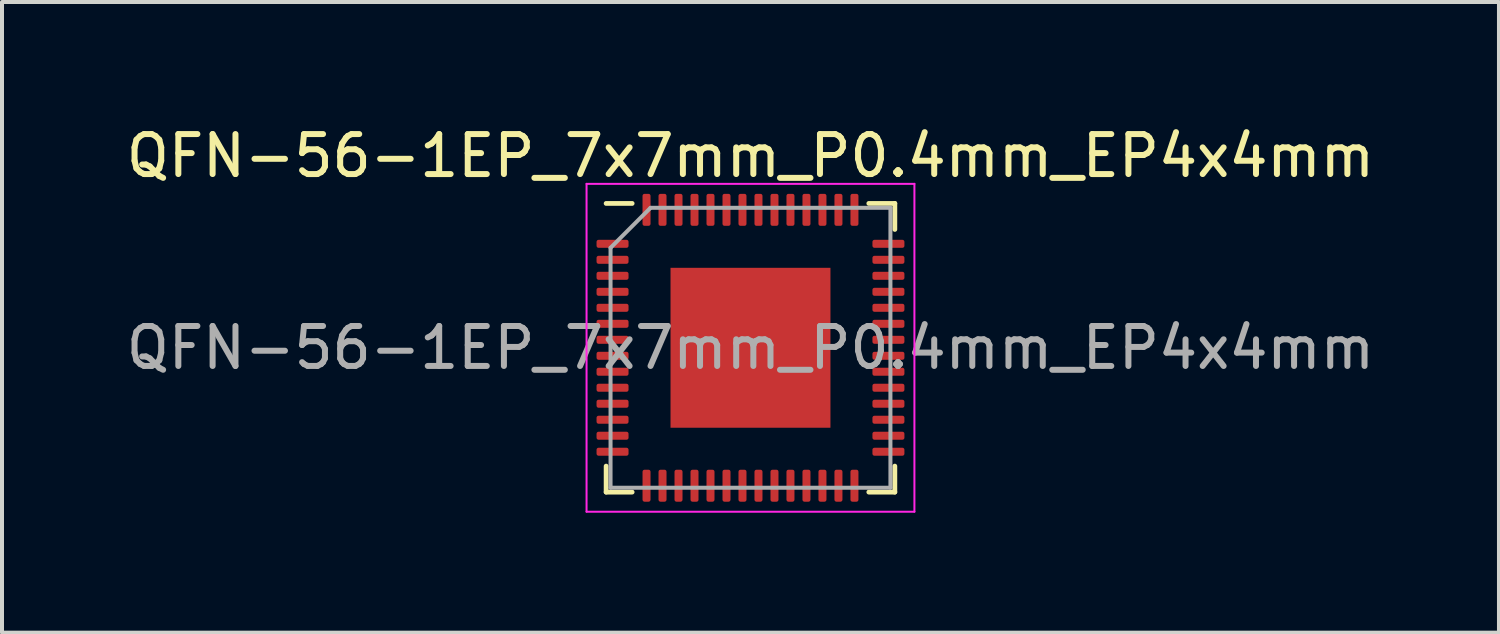
<source format=kicad_pcb>
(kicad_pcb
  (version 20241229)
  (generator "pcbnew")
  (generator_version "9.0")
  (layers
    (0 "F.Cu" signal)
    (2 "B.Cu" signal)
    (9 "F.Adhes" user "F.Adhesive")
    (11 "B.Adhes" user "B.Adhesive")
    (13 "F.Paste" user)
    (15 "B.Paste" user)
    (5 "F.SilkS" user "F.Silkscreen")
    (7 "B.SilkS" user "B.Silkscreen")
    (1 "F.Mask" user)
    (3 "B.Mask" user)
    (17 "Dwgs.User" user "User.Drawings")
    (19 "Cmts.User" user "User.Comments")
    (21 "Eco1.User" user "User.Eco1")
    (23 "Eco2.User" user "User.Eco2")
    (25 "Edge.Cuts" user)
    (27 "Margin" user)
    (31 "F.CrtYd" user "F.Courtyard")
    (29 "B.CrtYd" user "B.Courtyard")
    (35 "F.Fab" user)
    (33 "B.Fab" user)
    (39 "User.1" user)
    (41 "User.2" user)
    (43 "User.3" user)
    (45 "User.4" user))
  (footprint "QFN-56-1EP_7x7mm_P0.4mm_EP4x4mm"
    (layer "F.Cu")
    (at 15.72 5.648)
    (property "Reference" "QFN-56-1EP_7x7mm_P0.4mm_EP4x4mm" (at 0 -4.8 180) (layer "F.SilkS") (effects (font (size 1 1) (thickness 0.15))))
    (attr smd)
    (fp_line (start -3.61 3.61) (end -3.61 2.96) (stroke (width 0.12) (type solid)) (layer "F.SilkS"))
    (fp_line (start -2.96 -3.61) (end -3.61 -3.61) (stroke (width 0.12) (type solid)) (layer "F.SilkS"))
    (fp_line (start -2.96 3.61) (end -3.61 3.61) (stroke (width 0.12) (type solid)) (layer "F.SilkS"))
    (fp_line (start 2.96 -3.61) (end 3.61 -3.61) (stroke (width 0.12) (type solid)) (layer "F.SilkS"))
    (fp_line (start 2.96 3.61) (end 3.61 3.61) (stroke (width 0.12) (type solid)) (layer "F.SilkS"))
    (fp_line (start 3.61 -3.61) (end 3.61 -2.96) (stroke (width 0.12) (type solid)) (layer "F.SilkS"))
    (fp_line (start 3.61 3.61) (end 3.61 2.96) (stroke (width 0.12) (type solid)) (layer "F.SilkS"))
    (fp_line (start -4.1 -4.1) (end -4.1 4.1) (stroke (width 0.05) (type solid)) (layer "F.CrtYd"))
    (fp_line (start -4.1 4.1) (end 4.1 4.1) (stroke (width 0.05) (type solid)) (layer "F.CrtYd"))
    (fp_line (start 4.1 -4.1) (end -4.1 -4.1) (stroke (width 0.05) (type solid)) (layer "F.CrtYd"))
    (fp_line (start 4.1 4.1) (end 4.1 -4.1) (stroke (width 0.05) (type solid)) (layer "F.CrtYd"))
    (fp_line (start -3.5 -2.5) (end -2.5 -3.5) (stroke (width 0.1) (type solid)) (layer "F.Fab"))
    (fp_line (start -3.5 3.5) (end -3.5 -2.5) (stroke (width 0.1) (type solid)) (layer "F.Fab"))
    (fp_line (start -2.5 -3.5) (end 3.5 -3.5) (stroke (width 0.1) (type solid)) (layer "F.Fab"))
    (fp_line (start 3.5 -3.5) (end 3.5 3.5) (stroke (width 0.1) (type solid)) (layer "F.Fab"))
    (fp_line (start 3.5 3.5) (end -3.5 3.5) (stroke (width 0.1) (type solid)) (layer "F.Fab"))
    (fp_text user "${REFERENCE}" (at 0 0 180) (layer "F.Fab") (effects (font (size 1 1) (thickness 0.15))))
    (pad "" smd roundrect (at -1.33 -1.33) (size 1.07 1.07) (layers "F.Paste") (roundrect_rratio 0.234))
    (pad "" smd roundrect (at -1.33 0) (size 1.07 1.07) (layers "F.Paste") (roundrect_rratio 0.234))
    (pad "" smd roundrect (at -1.33 1.33) (size 1.07 1.07) (layers "F.Paste") (roundrect_rratio 0.234))
    (pad "" smd roundrect (at 0 -1.33) (size 1.07 1.07) (layers "F.Paste") (roundrect_rratio 0.234))
    (pad "" smd roundrect (at 0 0) (size 1.07 1.07) (layers "F.Paste") (roundrect_rratio 0.234))
    (pad "" smd roundrect (at 0 1.33) (size 1.07 1.07) (layers "F.Paste") (roundrect_rratio 0.234))
    (pad "" smd roundrect (at 1.33 -1.33) (size 1.07 1.07) (layers "F.Paste") (roundrect_rratio 0.234))
    (pad "" smd roundrect (at 1.33 0) (size 1.07 1.07) (layers "F.Paste") (roundrect_rratio 0.234))
    (pad "" smd roundrect (at 1.33 1.33) (size 1.07 1.07) (layers "F.Paste") (roundrect_rratio 0.234))
    (pad "1" smd roundrect (at -3.45 -2.6) (size 0.8 0.2) (layers "F.Cu" "F.Mask" "F.Paste") (roundrect_rratio 0.25))
    (pad "2" smd roundrect (at -3.45 -2.2) (size 0.8 0.2) (layers "F.Cu" "F.Mask" "F.Paste") (roundrect_rratio 0.25))
    (pad "3" smd roundrect (at -3.45 -1.8) (size 0.8 0.2) (layers "F.Cu" "F.Mask" "F.Paste") (roundrect_rratio 0.25))
    (pad "4" smd roundrect (at -3.45 -1.4) (size 0.8 0.2) (layers "F.Cu" "F.Mask" "F.Paste") (roundrect_rratio 0.25))
    (pad "5" smd roundrect (at -3.45 -1) (size 0.8 0.2) (layers "F.Cu" "F.Mask" "F.Paste") (roundrect_rratio 0.25))
    (pad "6" smd roundrect (at -3.45 -0.6) (size 0.8 0.2) (layers "F.Cu" "F.Mask" "F.Paste") (roundrect_rratio 0.25))
    (pad "7" smd roundrect (at -3.45 -0.2) (size 0.8 0.2) (layers "F.Cu" "F.Mask" "F.Paste") (roundrect_rratio 0.25))
    (pad "8" smd roundrect (at -3.45 0.2) (size 0.8 0.2) (layers "F.Cu" "F.Mask" "F.Paste") (roundrect_rratio 0.25))
    (pad "9" smd roundrect (at -3.45 0.6) (size 0.8 0.2) (layers "F.Cu" "F.Mask" "F.Paste") (roundrect_rratio 0.25))
    (pad "10" smd roundrect (at -3.45 1) (size 0.8 0.2) (layers "F.Cu" "F.Mask" "F.Paste") (roundrect_rratio 0.25))
    (pad "11" smd roundrect (at -3.45 1.4) (size 0.8 0.2) (layers "F.Cu" "F.Mask" "F.Paste") (roundrect_rratio 0.25))
    (pad "12" smd roundrect (at -3.45 1.8) (size 0.8 0.2) (layers "F.Cu" "F.Mask" "F.Paste") (roundrect_rratio 0.25))
    (pad "13" smd roundrect (at -3.45 2.2) (size 0.8 0.2) (layers "F.Cu" "F.Mask" "F.Paste") (roundrect_rratio 0.25))
    (pad "14" smd roundrect (at -3.45 2.6) (size 0.8 0.2) (layers "F.Cu" "F.Mask" "F.Paste") (roundrect_rratio 0.25))
    (pad "15" smd roundrect (at -2.6 3.45) (size 0.2 0.8) (layers "F.Cu" "F.Mask" "F.Paste") (roundrect_rratio 0.25))
    (pad "16" smd roundrect (at -2.2 3.45) (size 0.2 0.8) (layers "F.Cu" "F.Mask" "F.Paste") (roundrect_rratio 0.25))
    (pad "17" smd roundrect (at -1.8 3.45) (size 0.2 0.8) (layers "F.Cu" "F.Mask" "F.Paste") (roundrect_rratio 0.25))
    (pad "18" smd roundrect (at -1.4 3.45) (size 0.2 0.8) (layers "F.Cu" "F.Mask" "F.Paste") (roundrect_rratio 0.25))
    (pad "19" smd roundrect (at -1 3.45) (size 0.2 0.8) (layers "F.Cu" "F.Mask" "F.Paste") (roundrect_rratio 0.25))
    (pad "20" smd roundrect (at -0.6 3.45) (size 0.2 0.8) (layers "F.Cu" "F.Mask" "F.Paste") (roundrect_rratio 0.25))
    (pad "21" smd roundrect (at -0.2 3.45) (size 0.2 0.8) (layers "F.Cu" "F.Mask" "F.Paste") (roundrect_rratio 0.25))
    (pad "22" smd roundrect (at 0.2 3.45) (size 0.2 0.8) (layers "F.Cu" "F.Mask" "F.Paste") (roundrect_rratio 0.25))
    (pad "23" smd roundrect (at 0.6 3.45) (size 0.2 0.8) (layers "F.Cu" "F.Mask" "F.Paste") (roundrect_rratio 0.25))
    (pad "24" smd roundrect (at 1 3.45) (size 0.2 0.8) (layers "F.Cu" "F.Mask" "F.Paste") (roundrect_rratio 0.25))
    (pad "25" smd roundrect (at 1.4 3.45) (size 0.2 0.8) (layers "F.Cu" "F.Mask" "F.Paste") (roundrect_rratio 0.25))
    (pad "26" smd roundrect (at 1.8 3.45) (size 0.2 0.8) (layers "F.Cu" "F.Mask" "F.Paste") (roundrect_rratio 0.25))
    (pad "27" smd roundrect (at 2.2 3.45) (size 0.2 0.8) (layers "F.Cu" "F.Mask" "F.Paste") (roundrect_rratio 0.25))
    (pad "28" smd roundrect (at 2.6 3.45) (size 0.2 0.8) (layers "F.Cu" "F.Mask" "F.Paste") (roundrect_rratio 0.25))
    (pad "29" smd roundrect (at 3.45 2.6) (size 0.8 0.2) (layers "F.Cu" "F.Mask" "F.Paste") (roundrect_rratio 0.25))
    (pad "30" smd roundrect (at 3.45 2.2) (size 0.8 0.2) (layers "F.Cu" "F.Mask" "F.Paste") (roundrect_rratio 0.25))
    (pad "31" smd roundrect (at 3.45 1.8) (size 0.8 0.2) (layers "F.Cu" "F.Mask" "F.Paste") (roundrect_rratio 0.25))
    (pad "32" smd roundrect (at 3.45 1.4) (size 0.8 0.2) (layers "F.Cu" "F.Mask" "F.Paste") (roundrect_rratio 0.25))
    (pad "33" smd roundrect (at 3.45 1) (size 0.8 0.2) (layers "F.Cu" "F.Mask" "F.Paste") (roundrect_rratio 0.25))
    (pad "34" smd roundrect (at 3.45 0.6) (size 0.8 0.2) (layers "F.Cu" "F.Mask" "F.Paste") (roundrect_rratio 0.25))
    (pad "35" smd roundrect (at 3.45 0.2) (size 0.8 0.2) (layers "F.Cu" "F.Mask" "F.Paste") (roundrect_rratio 0.25))
    (pad "36" smd roundrect (at 3.45 -0.2) (size 0.8 0.2) (layers "F.Cu" "F.Mask" "F.Paste") (roundrect_rratio 0.25))
    (pad "37" smd roundrect (at 3.45 -0.6) (size 0.8 0.2) (layers "F.Cu" "F.Mask" "F.Paste") (roundrect_rratio 0.25))
    (pad "38" smd roundrect (at 3.45 -1) (size 0.8 0.2) (layers "F.Cu" "F.Mask" "F.Paste") (roundrect_rratio 0.25))
    (pad "39" smd roundrect (at 3.45 -1.4) (size 0.8 0.2) (layers "F.Cu" "F.Mask" "F.Paste") (roundrect_rratio 0.25))
    (pad "40" smd roundrect (at 3.45 -1.8) (size 0.8 0.2) (layers "F.Cu" "F.Mask" "F.Paste") (roundrect_rratio 0.25))
    (pad "41" smd roundrect (at 3.45 -2.2) (size 0.8 0.2) (layers "F.Cu" "F.Mask" "F.Paste") (roundrect_rratio 0.25))
    (pad "42" smd roundrect (at 3.45 -2.6) (size 0.8 0.2) (layers "F.Cu" "F.Mask" "F.Paste") (roundrect_rratio 0.25))
    (pad "43" smd roundrect (at 2.6 -3.45) (size 0.2 0.8) (layers "F.Cu" "F.Mask" "F.Paste") (roundrect_rratio 0.25))
    (pad "44" smd roundrect (at 2.2 -3.45) (size 0.2 0.8) (layers "F.Cu" "F.Mask" "F.Paste") (roundrect_rratio 0.25))
    (pad "45" smd roundrect (at 1.8 -3.45) (size 0.2 0.8) (layers "F.Cu" "F.Mask" "F.Paste") (roundrect_rratio 0.25))
    (pad "46" smd roundrect (at 1.4 -3.45) (size 0.2 0.8) (layers "F.Cu" "F.Mask" "F.Paste") (roundrect_rratio 0.25))
    (pad "47" smd roundrect (at 1 -3.45) (size 0.2 0.8) (layers "F.Cu" "F.Mask" "F.Paste") (roundrect_rratio 0.25))
    (pad "48" smd roundrect (at 0.6 -3.45) (size 0.2 0.8) (layers "F.Cu" "F.Mask" "F.Paste") (roundrect_rratio 0.25))
    (pad "49" smd roundrect (at 0.2 -3.45) (size 0.2 0.8) (layers "F.Cu" "F.Mask" "F.Paste") (roundrect_rratio 0.25))
    (pad "50" smd roundrect (at -0.2 -3.45) (size 0.2 0.8) (layers "F.Cu" "F.Mask" "F.Paste") (roundrect_rratio 0.25))
    (pad "51" smd roundrect (at -0.6 -3.45) (size 0.2 0.8) (layers "F.Cu" "F.Mask" "F.Paste") (roundrect_rratio 0.25))
    (pad "52" smd roundrect (at -1 -3.45) (size 0.2 0.8) (layers "F.Cu" "F.Mask" "F.Paste") (roundrect_rratio 0.25))
    (pad "53" smd roundrect (at -1.4 -3.45) (size 0.2 0.8) (layers "F.Cu" "F.Mask" "F.Paste") (roundrect_rratio 0.25))
    (pad "54" smd roundrect (at -1.8 -3.45) (size 0.2 0.8) (layers "F.Cu" "F.Mask" "F.Paste") (roundrect_rratio 0.25))
    (pad "55" smd roundrect (at -2.2 -3.45) (size 0.2 0.8) (layers "F.Cu" "F.Mask" "F.Paste") (roundrect_rratio 0.25))
    (pad "56" smd roundrect (at -2.6 -3.45) (size 0.2 0.8) (layers "F.Cu" "F.Mask" "F.Paste") (roundrect_rratio 0.25))
    (pad "57" smd rect (at 0 0) (size 4 4) (layers "F.Cu" "F.Mask")))
  (gr_rect
    (start -3 -3)
    (end 34.44 12.773)
    (stroke (width 0.1) (type default))
    (fill no)
    (layer "Edge.Cuts")))
</source>
